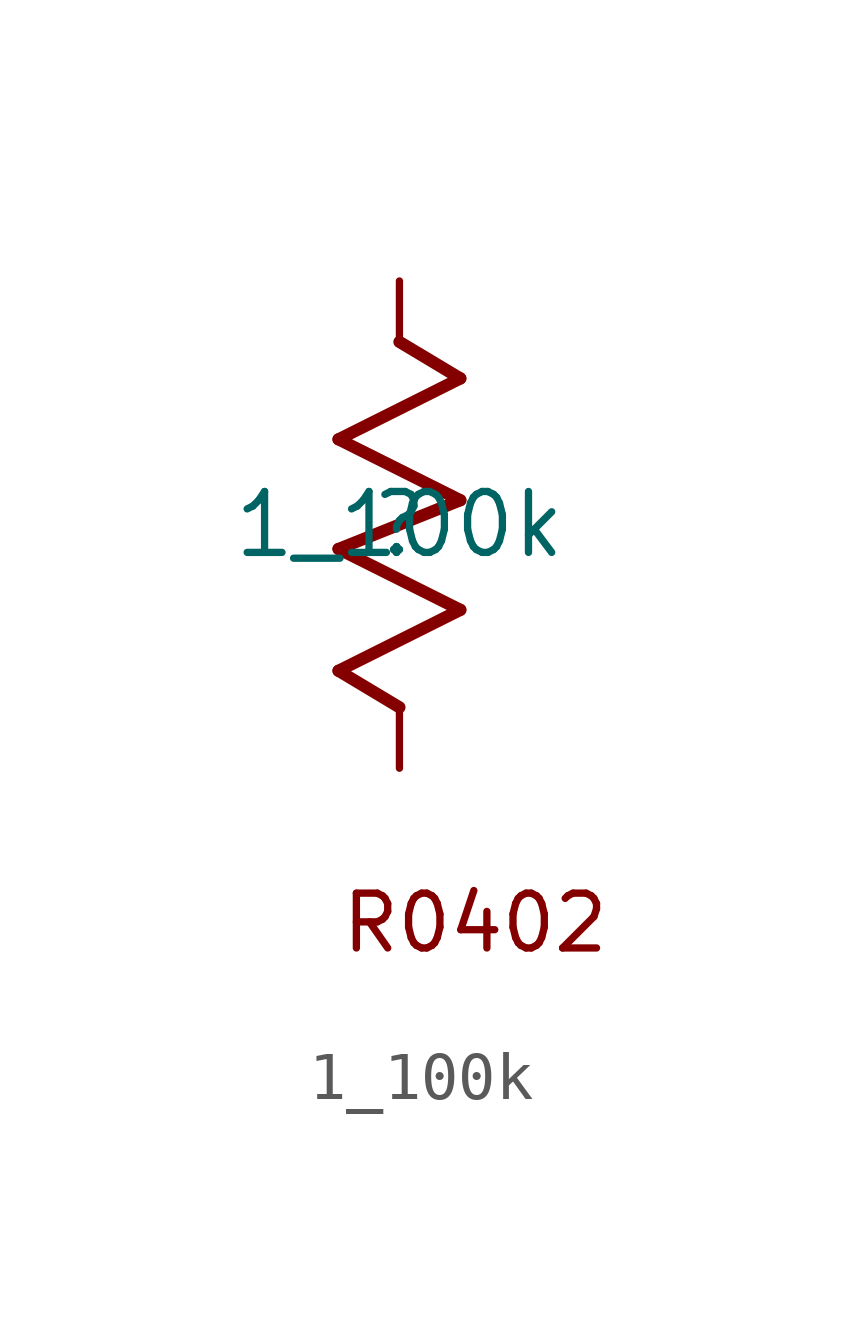
<source format=kicad_sym>
(kicad_symbol_lib
  (version 20211014)
  (generator kicad_symbol_editor)
  (symbol "1_100k"
    (property "Reference" ""
      (at 0 0 0)
      (effects (font (size 1.27 1.27))))
    (property "Value" "1_100k"
      (at 0 0 0)
      (effects (font (size 1.27 1.27))))
    (symbol "1_100k_1_0"
      (polyline (pts (xy -1.27 -3.048) (xy 0 -3.81)) (stroke (width 0.254) (type default) (color 0 0 0 0)) (fill (type none)))
      (polyline (pts (xy -1.27 -0.508) (xy 1.27 -1.778)) (stroke (width 0.254) (type default) (color 0 0 0 0)) (fill (type none)))
      (polyline (pts (xy -1.27 1.778) (xy 1.27 0.508)) (stroke (width 0.254) (type default) (color 0 0 0 0)) (fill (type none)))
      (polyline (pts (xy 0 3.81) (xy 1.27 3.048)) (stroke (width 0.254) (type default) (color 0 0 0 0)) (fill (type none)))
      (polyline (pts (xy 1.27 -1.778) (xy -1.27 -3.048)) (stroke (width 0.254) (type default) (color 0 0 0 0)) (fill (type none)))
      (polyline (pts (xy 1.27 0.508) (xy -1.27 -0.508)) (stroke (width 0.254) (type default) (color 0 0 0 0)) (fill (type none)))
      (polyline (pts (xy 1.27 3.048) (xy -1.27 1.778)) (stroke (width 0.254) (type default) (color 0 0 0 0)) (fill (type none)))
      (text "R0402" (at -1.27 -8.976 0) (effects (font (size 1.143 1.143)) (justify left bottom)))
      (pin passive line (at 0 -5.08 90) (length 1.27) (name "1" (effects (font (size 0 0)))) (number "1" (effects (font (size 0 0)))))
      (pin passive line (at 0 5.08 270) (length 1.27) (name "2" (effects (font (size 0 0)))) (number "2" (effects (font (size 0 0))))))))
</source>
